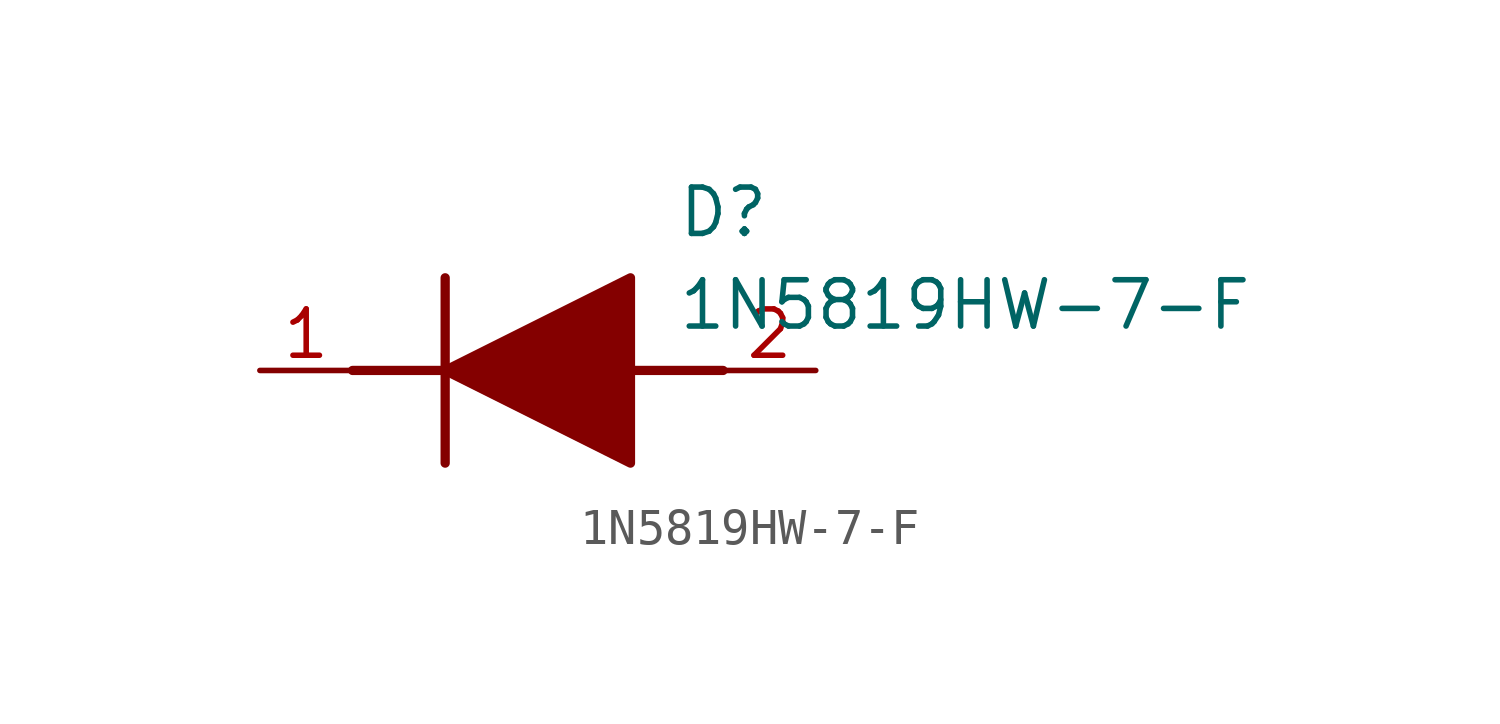
<source format=kicad_sym>
(kicad_symbol_lib
  (version 20211014)
  (generator SamacSys_ECAD_Model)
  (symbol "1N5819HW-7-F"
    (pin_names hide)
    (property "Reference" "D"
      (at 11.43 5.08 0)
      (effects (font (size 1.27 1.27)) (justify left top)))
    (property "Value" "1N5819HW-7-F"
      (at 11.43 2.54 0)
      (effects (font (size 1.27 1.27)) (justify left top)))
    (polyline
      (pts (xy 5.08 2.54) (xy 5.08 -2.54))
      (stroke (width 0.254) (type default))
      (fill (type none)))
    (polyline
      (pts (xy 2.54 0) (xy 5.08 0))
      (stroke (width 0.254) (type default))
      (fill (type none)))
    (polyline
      (pts (xy 10.16 0) (xy 12.7 0))
      (stroke (width 0.254) (type default))
      (fill (type none)))
    (polyline
      (pts (xy 5.08 0) (xy 10.16 2.54) (xy 10.16 -2.54) (xy 5.08 0))
      (stroke (width 0.254) (type default))
      (fill (type outline)))
    (pin passive line
      (at 0 0 0)
      (length 2.54)
      (name "K" (effects (font (size 1.27 1.27))))
      (number "1" (effects (font (size 1.27 1.27)))))
    (pin passive line
      (at 15.24 0 180)
      (length 2.54)
      (name "A" (effects (font (size 1.27 1.27))))
      (number "2" (effects (font (size 1.27 1.27)))))))
</source>
